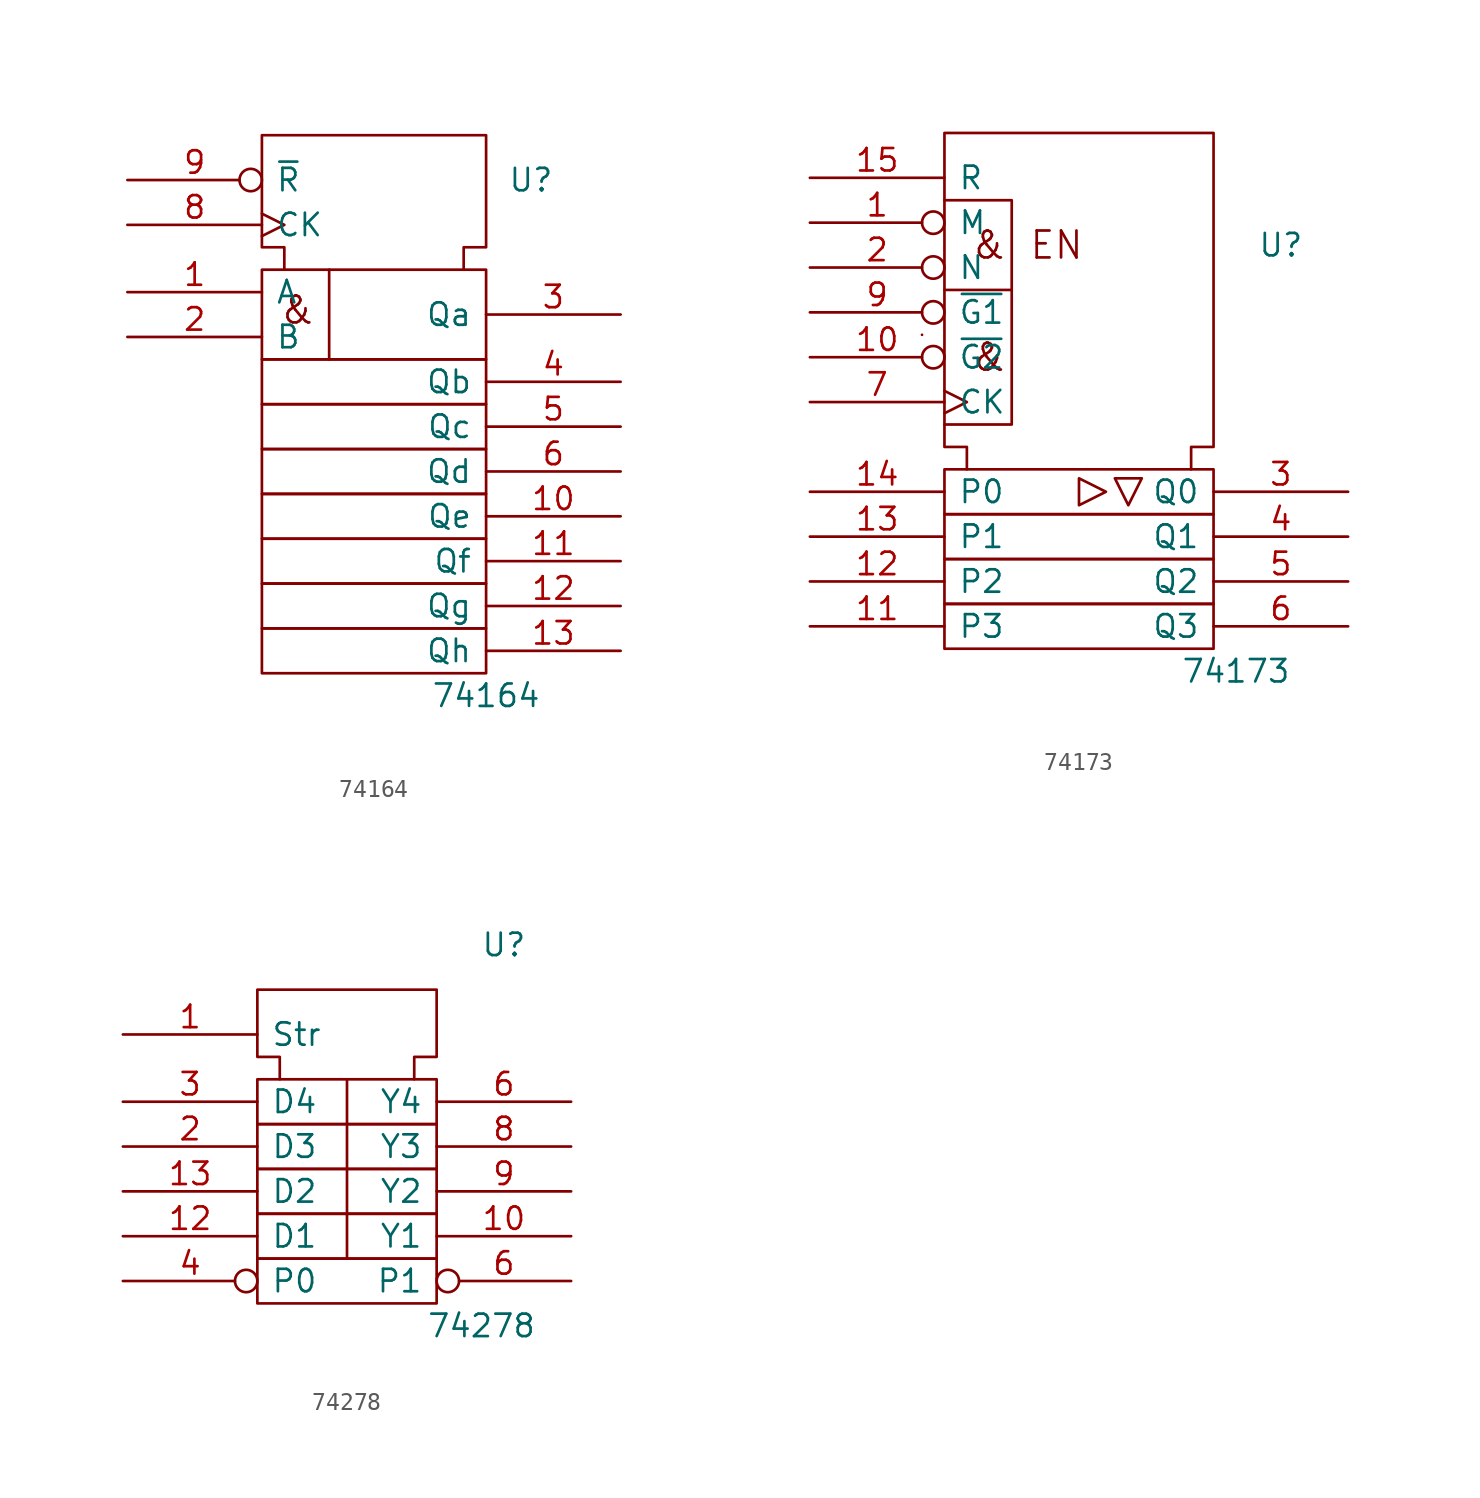
<source format=kicad_sym>
(kicad_symbol_lib
  (version 20201005)
  (generator kicad_symbol_editor)
  (symbol "74xx_IEEE:74164"
    (pin_names
      (offset 0.762))
    (property "Reference" "U"
      (at 8.89 6.35 0)
      (effects (font (size 1.27 1.27))))
    (property "Value" "74164"
      (at 6.35 -22.86 0)
      (effects (font (size 1.27 1.27))))
    (symbol "74164_0_0"
      (text "&" (at -4.318 -1.016 0) (effects (font (size 1.524 1.524)))))
    (symbol "74164_0_1"
      (rectangle (start -6.35 -19.05) (end 6.35 -21.59) (stroke (width 0)) (fill (type none)))
      (rectangle (start -6.35 -16.51) (end 6.35 -19.05) (stroke (width 0)) (fill (type none)))
      (rectangle (start -6.35 -13.97) (end 6.35 -16.51) (stroke (width 0)) (fill (type none)))
      (rectangle (start -6.35 -11.43) (end 6.35 -13.97) (stroke (width 0)) (fill (type none)))
      (rectangle (start -6.35 -8.89) (end 6.35 -11.43) (stroke (width 0)) (fill (type none)))
      (rectangle (start -6.35 -6.35) (end 6.35 -8.89) (stroke (width 0)) (fill (type none)))
      (rectangle (start -6.35 -3.81) (end 6.35 -6.35) (stroke (width 0)) (fill (type none)))
      (rectangle (start -6.35 1.27) (end 6.35 -3.81) (stroke (width 0)) (fill (type none)))
      (polyline (pts (xy -2.54 1.27) (xy -2.54 -3.81) (xy -2.54 -3.81)) (stroke (width 0)) (fill (type none)))
      (polyline (pts (xy -5.08 1.27) (xy -5.08 2.54) (xy -6.35 2.54) (xy -6.35 8.89) (xy 6.35 8.89) (xy 6.35 2.54) (xy 5.08 2.54) (xy 5.08 1.27) (xy 5.08 1.27)) (stroke (width 0)) (fill (type none))))
    (symbol "74164_1_1"
      (pin input line (at -13.97 0 0) (length 7.62) (name "A" (effects (font (size 1.27 1.27)))) (number "1" (effects (font (size 1.27 1.27)))))
      (pin output line (at 13.97 -12.7 180) (length 7.62) (name "Qe" (effects (font (size 1.27 1.27)))) (number "10" (effects (font (size 1.27 1.27)))))
      (pin output line (at 13.97 -15.24 180) (length 7.62) (name "Qf" (effects (font (size 1.27 1.27)))) (number "11" (effects (font (size 1.27 1.27)))))
      (pin output line (at 13.97 -17.78 180) (length 7.62) (name "Qg" (effects (font (size 1.27 1.27)))) (number "12" (effects (font (size 1.27 1.27)))))
      (pin output line (at 13.97 -20.32 180) (length 7.62) (name "Qh" (effects (font (size 1.27 1.27)))) (number "13" (effects (font (size 1.27 1.27)))))
      (pin power_in line (at 5.08 8.89 270) (length 0) hide (name "Vdd" (effects (font (size 1.27 1.27)))) (number "14" (effects (font (size 1.27 1.27)))))
      (pin input line (at -13.97 -2.54 0) (length 7.62) (name "B" (effects (font (size 1.27 1.27)))) (number "2" (effects (font (size 1.27 1.27)))))
      (pin output line (at 13.97 -1.27 180) (length 7.62) (name "Qa" (effects (font (size 1.27 1.27)))) (number "3" (effects (font (size 1.27 1.27)))))
      (pin output line (at 13.97 -5.08 180) (length 7.62) (name "Qb" (effects (font (size 1.27 1.27)))) (number "4" (effects (font (size 1.27 1.27)))))
      (pin output line (at 13.97 -7.62 180) (length 7.62) (name "Qc" (effects (font (size 1.27 1.27)))) (number "5" (effects (font (size 1.27 1.27)))))
      (pin output line (at 13.97 -10.16 180) (length 7.62) (name "Qd" (effects (font (size 1.27 1.27)))) (number "6" (effects (font (size 1.27 1.27)))))
      (pin power_in line (at 0 8.89 270) (length 0) hide (name "Vss" (effects (font (size 1.27 1.27)))) (number "7" (effects (font (size 1.27 1.27)))))
      (pin input clock (at -13.97 3.81 0) (length 7.62) (name "CK" (effects (font (size 1.27 1.27)))) (number "8" (effects (font (size 1.27 1.27)))))
      (pin input inverted (at -13.97 6.35 0) (length 7.62) (name "~R" (effects (font (size 1.27 1.27)))) (number "9" (effects (font (size 1.27 1.27)))))))
  (symbol "74xx_IEEE:74173"
    (pin_names
      (offset 0.762))
    (property "Reference" "U"
      (at 11.43 7.62 0)
      (effects (font (size 1.27 1.27))))
    (property "Value" "74173"
      (at 8.89 -16.51 0)
      (effects (font (size 1.27 1.27))))
    (symbol "74173_0_0"
      (text "&" (at -5.08 1.27 0) (effects (font (size 1.524 1.524))))
      (text "&" (at -5.08 7.62 0) (effects (font (size 1.524 1.524))))
      (text "EN" (at -1.27 7.62 0) (effects (font (size 1.524 1.524))))
      (polyline (pts (xy -8.89 2.54) (xy -8.89 2.54)) (stroke (width 0)) (fill (type none)))
      (polyline (pts (xy 0 -5.588) (xy 0 -7.112) (xy 1.524 -6.35) (xy 0 -5.588) (xy 0 -5.588)) (stroke (width 0)) (fill (type none)))
      (polyline (pts (xy 3.556 -5.588) (xy 2.032 -5.588) (xy 2.794 -7.112) (xy 3.556 -5.588) (xy 3.556 -5.588)) (stroke (width 0)) (fill (type none)))
      (polyline (pts (xy -7.62 10.16) (xy -3.81 10.16) (xy -3.81 5.08) (xy -7.62 5.08) (xy -3.81 5.08) (xy -3.81 -2.54) (xy -7.62 -2.54) (xy -7.62 -2.54)) (stroke (width 0)) (fill (type none)))
      (pin power_in line (at 5.08 13.97 270) (length 0) hide (name "VCC" (effects (font (size 1.27 1.27)))) (number "16" (effects (font (size 1.27 1.27)))))
      (pin power_in line (at 0 13.97 270) (length 0) hide (name "GND" (effects (font (size 1.27 1.27)))) (number "8" (effects (font (size 1.27 1.27))))))
    (symbol "74173_0_1"
      (rectangle (start -7.62 -12.7) (end 7.62 -15.24) (stroke (width 0)) (fill (type none)))
      (rectangle (start -7.62 -10.16) (end 7.62 -12.7) (stroke (width 0)) (fill (type none)))
      (rectangle (start -7.62 -7.62) (end 7.62 -10.16) (stroke (width 0)) (fill (type none)))
      (rectangle (start -7.62 -5.08) (end 7.62 -7.62) (stroke (width 0)) (fill (type none)))
      (polyline (pts (xy -6.35 -5.08) (xy -6.35 -3.81) (xy -7.62 -3.81) (xy -7.62 13.97) (xy 7.62 13.97) (xy 7.62 -3.81) (xy 6.35 -3.81) (xy 6.35 -5.08) (xy 6.35 -5.08)) (stroke (width 0)) (fill (type none))))
    (symbol "74173_1_1"
      (pin input inverted (at -15.24 8.89 0) (length 7.62) (name "M" (effects (font (size 1.27 1.27)))) (number "1" (effects (font (size 1.27 1.27)))))
      (pin input inverted (at -15.24 1.27 0) (length 7.62) (name "~G2" (effects (font (size 1.27 1.27)))) (number "10" (effects (font (size 1.27 1.27)))))
      (pin input line (at -15.24 -13.97 0) (length 7.62) (name "P3" (effects (font (size 1.27 1.27)))) (number "11" (effects (font (size 1.27 1.27)))))
      (pin input line (at -15.24 -11.43 0) (length 7.62) (name "P2" (effects (font (size 1.27 1.27)))) (number "12" (effects (font (size 1.27 1.27)))))
      (pin input line (at -15.24 -8.89 0) (length 7.62) (name "P1" (effects (font (size 1.27 1.27)))) (number "13" (effects (font (size 1.27 1.27)))))
      (pin input line (at -15.24 -6.35 0) (length 7.62) (name "P0" (effects (font (size 1.27 1.27)))) (number "14" (effects (font (size 1.27 1.27)))))
      (pin input line (at -15.24 11.43 0) (length 7.62) (name "R" (effects (font (size 1.27 1.27)))) (number "15" (effects (font (size 1.27 1.27)))))
      (pin input inverted (at -15.24 6.35 0) (length 7.62) (name "N" (effects (font (size 1.27 1.27)))) (number "2" (effects (font (size 1.27 1.27)))))
      (pin output line (at 15.24 -6.35 180) (length 7.62) (name "Q0" (effects (font (size 1.27 1.27)))) (number "3" (effects (font (size 1.27 1.27)))))
      (pin output line (at 15.24 -8.89 180) (length 7.62) (name "Q1" (effects (font (size 1.27 1.27)))) (number "4" (effects (font (size 1.27 1.27)))))
      (pin output line (at 15.24 -11.43 180) (length 7.62) (name "Q2" (effects (font (size 1.27 1.27)))) (number "5" (effects (font (size 1.27 1.27)))))
      (pin output line (at 15.24 -13.97 180) (length 7.62) (name "Q3" (effects (font (size 1.27 1.27)))) (number "6" (effects (font (size 1.27 1.27)))))
      (pin input clock (at -15.24 -1.27 0) (length 7.62) (name "CK" (effects (font (size 1.27 1.27)))) (number "7" (effects (font (size 1.27 1.27)))))
      (pin input inverted (at -15.24 3.81 0) (length 7.62) (name "~G1" (effects (font (size 1.27 1.27)))) (number "9" (effects (font (size 1.27 1.27)))))))
  (symbol "74xx_IEEE:74278"
    (pin_names
      (offset 0.762))
    (property "Reference" "U"
      (at 8.89 10.16 0)
      (effects (font (size 1.27 1.27))))
    (property "Value" "74278"
      (at 7.62 -11.43 0)
      (effects (font (size 1.27 1.27))))
    (symbol "74278_0_0"
      (rectangle (start -5.08 -7.62) (end 5.08 -10.16) (stroke (width 0)) (fill (type none)))
      (rectangle (start -5.08 -5.08) (end 5.08 -7.62) (stroke (width 0)) (fill (type none)))
      (rectangle (start -5.08 -2.54) (end 5.08 -5.08) (stroke (width 0)) (fill (type none)))
      (rectangle (start -5.08 0) (end 5.08 -2.54) (stroke (width 0)) (fill (type none)))
      (rectangle (start -5.08 2.54) (end 5.08 0) (stroke (width 0)) (fill (type none)))
      (polyline (pts (xy 0 2.54) (xy 0 -7.62) (xy 0 -7.62)) (stroke (width 0)) (fill (type none)))
      (polyline (pts (xy -3.81 2.54) (xy -3.81 3.81) (xy -5.08 3.81) (xy -5.08 7.62) (xy 5.08 7.62) (xy 5.08 3.81) (xy 3.81 3.81) (xy 3.81 2.54) (xy 3.81 2.54)) (stroke (width 0)) (fill (type none)))
      (pin power_in line (at 3.81 7.62 270) (length 0) hide (name "VCC" (effects (font (size 1.27 1.27)))) (number "14" (effects (font (size 1.27 1.27)))))
      (pin power_in line (at 0 7.62 270) (length 0) hide (name "Gnd" (effects (font (size 1.27 1.27)))) (number "7" (effects (font (size 1.27 1.27))))))
    (symbol "74278_1_1"
      (pin input line (at -12.7 5.08 0) (length 7.62) (name "Str" (effects (font (size 1.27 1.27)))) (number "1" (effects (font (size 1.27 1.27)))))
      (pin output line (at 12.7 -6.35 180) (length 7.62) (name "Y1" (effects (font (size 1.27 1.27)))) (number "10" (effects (font (size 1.27 1.27)))))
      (pin input line (at -12.7 -6.35 0) (length 7.62) (name "D1" (effects (font (size 1.27 1.27)))) (number "12" (effects (font (size 1.27 1.27)))))
      (pin input line (at -12.7 -3.81 0) (length 7.62) (name "D2" (effects (font (size 1.27 1.27)))) (number "13" (effects (font (size 1.27 1.27)))))
      (pin input line (at -12.7 -1.27 0) (length 7.62) (name "D3" (effects (font (size 1.27 1.27)))) (number "2" (effects (font (size 1.27 1.27)))))
      (pin input line (at -12.7 1.27 0) (length 7.62) (name "D4" (effects (font (size 1.27 1.27)))) (number "3" (effects (font (size 1.27 1.27)))))
      (pin input inverted (at -12.7 -8.89 0) (length 7.62) (name "P0" (effects (font (size 1.27 1.27)))) (number "4" (effects (font (size 1.27 1.27)))))
      (pin output inverted (at 12.7 -8.89 180) (length 7.62) (name "P1" (effects (font (size 1.27 1.27)))) (number "6" (effects (font (size 1.27 1.27)))))
      (pin output line (at 12.7 1.27 180) (length 7.62) (name "Y4" (effects (font (size 1.27 1.27)))) (number "6" (effects (font (size 1.27 1.27)))))
      (pin output line (at 12.7 -1.27 180) (length 7.62) (name "Y3" (effects (font (size 1.27 1.27)))) (number "8" (effects (font (size 1.27 1.27)))))
      (pin output line (at 12.7 -3.81 180) (length 7.62) (name "Y2" (effects (font (size 1.27 1.27)))) (number "9" (effects (font (size 1.27 1.27))))))))
</source>
